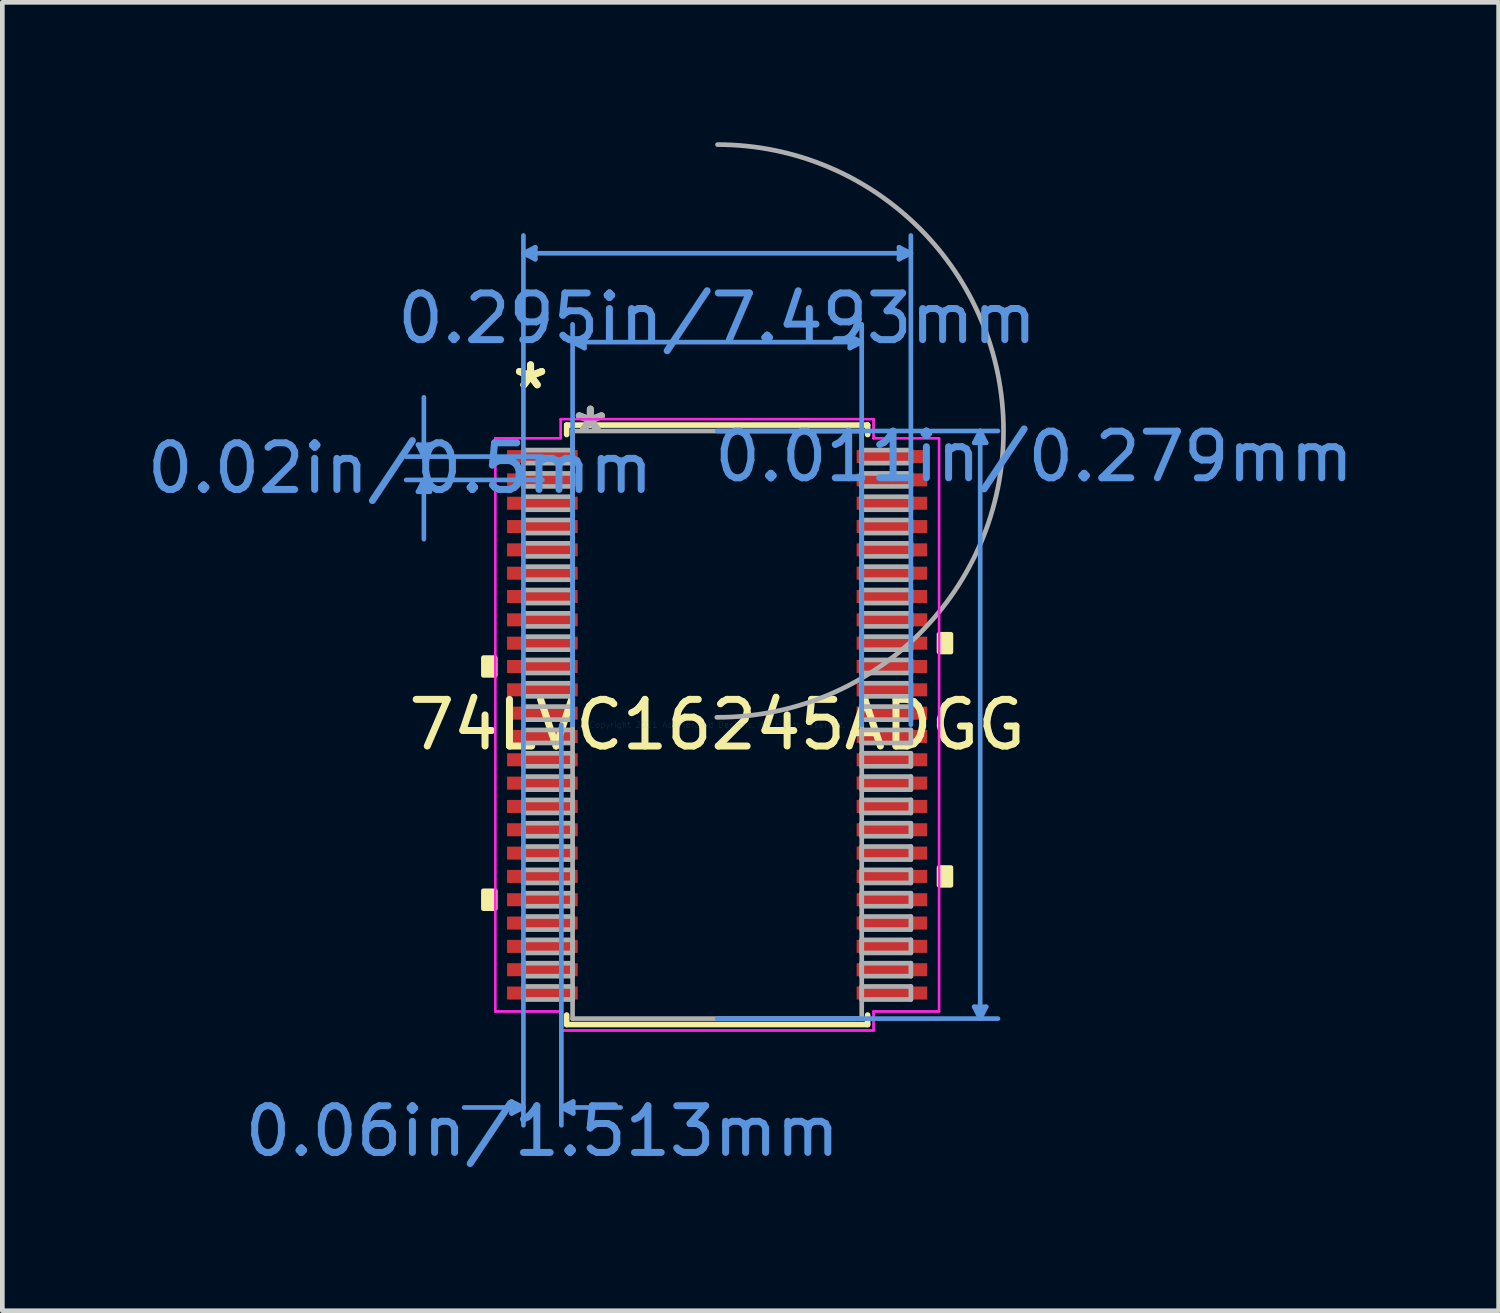
<source format=kicad_pcb>
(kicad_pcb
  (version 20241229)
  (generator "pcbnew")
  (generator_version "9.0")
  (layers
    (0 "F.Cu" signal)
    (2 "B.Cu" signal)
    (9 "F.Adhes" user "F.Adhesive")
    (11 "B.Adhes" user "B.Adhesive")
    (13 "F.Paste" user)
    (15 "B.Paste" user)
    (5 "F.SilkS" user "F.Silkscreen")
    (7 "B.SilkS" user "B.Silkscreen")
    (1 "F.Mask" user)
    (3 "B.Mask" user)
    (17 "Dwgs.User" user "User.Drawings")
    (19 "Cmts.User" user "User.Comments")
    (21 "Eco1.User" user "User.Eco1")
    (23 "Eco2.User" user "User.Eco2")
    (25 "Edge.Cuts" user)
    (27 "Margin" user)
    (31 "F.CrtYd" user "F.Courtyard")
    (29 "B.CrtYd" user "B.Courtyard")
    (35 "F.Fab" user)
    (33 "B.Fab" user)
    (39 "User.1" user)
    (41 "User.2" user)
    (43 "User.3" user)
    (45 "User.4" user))
  (footprint "74LVC16245ADGG"
    (layer "F.Cu")
    (at 12.324 12.488)
    (property "Reference" "74LVC16245ADGG" (at 0 0 0) (layer "F.SilkS") (effects (font (size 1 1) (thickness 0.15))))
    (attr through_hole)
    (fp_line (start -3.226 -6.426) (end -3.226 -6.222) (stroke (width 0.12) (type solid)) (layer "F.SilkS"))
    (fp_line (start -3.226 6.222) (end -3.226 6.426) (stroke (width 0.12) (type solid)) (layer "F.SilkS"))
    (fp_line (start -3.226 6.426) (end 3.226 6.426) (stroke (width 0.12) (type solid)) (layer "F.SilkS"))
    (fp_line (start 3.226 -6.426) (end -3.226 -6.426) (stroke (width 0.12) (type solid)) (layer "F.SilkS"))
    (fp_line (start 3.226 -6.222) (end 3.226 -6.426) (stroke (width 0.12) (type solid)) (layer "F.SilkS"))
    (fp_line (start 3.226 6.426) (end 3.226 6.222) (stroke (width 0.12) (type solid)) (layer "F.SilkS"))
    (fp_poly (pts (xy -5.011 -1.44) (xy -5.011 -1.06) (xy -4.757 -1.06) (xy -4.757 -1.44)) (stroke (width 0.1) (type solid)) (fill yes) (layer "F.SilkS"))
    (fp_poly (pts (xy -5.011 3.559) (xy -5.011 3.941) (xy -4.757 3.941) (xy -4.757 3.559)) (stroke (width 0.1) (type solid)) (fill yes) (layer "F.SilkS"))
    (fp_poly (pts (xy 5.011 -1.941) (xy 5.011 -1.56) (xy 4.757 -1.56) (xy 4.757 -1.941)) (stroke (width 0.1) (type solid)) (fill yes) (layer "F.SilkS"))
    (fp_poly (pts (xy 5.011 3.06) (xy 5.011 3.441) (xy 4.757 3.441) (xy 4.757 3.06)) (stroke (width 0.1) (type solid)) (fill yes) (layer "F.SilkS"))
    (fp_line (start -6.413 -6.004) (end -6.16 -6.004) (stroke (width 0.1) (type solid)) (layer "Cmts.User"))
    (fp_line (start -6.413 -4.996) (end -6.16 -4.996) (stroke (width 0.1) (type solid)) (layer "Cmts.User"))
    (fp_line (start -6.287 -5.75) (end -6.413 -6.004) (stroke (width 0.1) (type solid)) (layer "Cmts.User"))
    (fp_line (start -6.287 -5.75) (end -6.287 -7.02) (stroke (width 0.1) (type solid)) (layer "Cmts.User"))
    (fp_line (start -6.287 -5.75) (end -6.16 -6.004) (stroke (width 0.1) (type solid)) (layer "Cmts.User"))
    (fp_line (start -6.287 -5.25) (end -6.413 -4.996) (stroke (width 0.1) (type solid)) (layer "Cmts.User"))
    (fp_line (start -6.287 -5.25) (end -6.287 -3.98) (stroke (width 0.1) (type solid)) (layer "Cmts.User"))
    (fp_line (start -6.287 -5.25) (end -6.16 -4.996) (stroke (width 0.1) (type solid)) (layer "Cmts.User"))
    (fp_line (start -4.407 8.077) (end -4.407 8.331) (stroke (width 0.1) (type solid)) (layer "Cmts.User"))
    (fp_line (start -4.153 -10.109) (end -3.899 -10.236) (stroke (width 0.1) (type solid)) (layer "Cmts.User"))
    (fp_line (start -4.153 -10.109) (end -3.899 -9.982) (stroke (width 0.1) (type solid)) (layer "Cmts.User"))
    (fp_line (start -4.153 -10.109) (end 4.153 -10.109) (stroke (width 0.1) (type solid)) (layer "Cmts.User"))
    (fp_line (start -4.153 0) (end -4.153 -10.49) (stroke (width 0.1) (type solid)) (layer "Cmts.User"))
    (fp_line (start -4.153 0) (end -4.153 8.585) (stroke (width 0.1) (type solid)) (layer "Cmts.User"))
    (fp_line (start -4.153 8.204) (end -5.423 8.204) (stroke (width 0.1) (type solid)) (layer "Cmts.User"))
    (fp_line (start -4.153 8.204) (end -4.407 8.077) (stroke (width 0.1) (type solid)) (layer "Cmts.User"))
    (fp_line (start -4.153 8.204) (end -4.407 8.331) (stroke (width 0.1) (type solid)) (layer "Cmts.User"))
    (fp_line (start -3.899 -10.236) (end -3.899 -9.982) (stroke (width 0.1) (type solid)) (layer "Cmts.User"))
    (fp_line (start -3.747 -5.75) (end -6.668 -5.75) (stroke (width 0.1) (type solid)) (layer "Cmts.User"))
    (fp_line (start -3.747 -5.25) (end -6.668 -5.25) (stroke (width 0.1) (type solid)) (layer "Cmts.User"))
    (fp_line (start -3.34 0) (end -3.34 8.585) (stroke (width 0.1) (type solid)) (layer "Cmts.User"))
    (fp_line (start -3.34 8.204) (end -3.086 8.077) (stroke (width 0.1) (type solid)) (layer "Cmts.User"))
    (fp_line (start -3.34 8.204) (end -3.086 8.331) (stroke (width 0.1) (type solid)) (layer "Cmts.User"))
    (fp_line (start -3.34 8.204) (end -2.07 8.204) (stroke (width 0.1) (type solid)) (layer "Cmts.User"))
    (fp_line (start -3.099 -8.204) (end -2.845 -8.331) (stroke (width 0.1) (type solid)) (layer "Cmts.User"))
    (fp_line (start -3.099 -8.204) (end -2.845 -8.077) (stroke (width 0.1) (type solid)) (layer "Cmts.User"))
    (fp_line (start -3.099 -8.204) (end 3.099 -8.204) (stroke (width 0.1) (type solid)) (layer "Cmts.User"))
    (fp_line (start -3.099 0) (end -3.099 -8.585) (stroke (width 0.1) (type solid)) (layer "Cmts.User"))
    (fp_line (start -3.086 8.077) (end -3.086 8.331) (stroke (width 0.1) (type solid)) (layer "Cmts.User"))
    (fp_line (start -2.845 -8.331) (end -2.845 -8.077) (stroke (width 0.1) (type solid)) (layer "Cmts.User"))
    (fp_line (start 0 -6.299) (end 6.02 -6.299) (stroke (width 0.1) (type solid)) (layer "Cmts.User"))
    (fp_line (start 0 6.299) (end 6.02 6.299) (stroke (width 0.1) (type solid)) (layer "Cmts.User"))
    (fp_line (start 2.845 -8.331) (end 2.845 -8.077) (stroke (width 0.1) (type solid)) (layer "Cmts.User"))
    (fp_line (start 3.099 -8.204) (end 2.845 -8.331) (stroke (width 0.1) (type solid)) (layer "Cmts.User"))
    (fp_line (start 3.099 -8.204) (end 2.845 -8.077) (stroke (width 0.1) (type solid)) (layer "Cmts.User"))
    (fp_line (start 3.099 0) (end 3.099 -8.585) (stroke (width 0.1) (type solid)) (layer "Cmts.User"))
    (fp_line (start 3.899 -10.236) (end 3.899 -9.982) (stroke (width 0.1) (type solid)) (layer "Cmts.User"))
    (fp_line (start 4.153 -10.109) (end 3.899 -10.236) (stroke (width 0.1) (type solid)) (layer "Cmts.User"))
    (fp_line (start 4.153 -10.109) (end 3.899 -9.982) (stroke (width 0.1) (type solid)) (layer "Cmts.User"))
    (fp_line (start 4.153 0) (end 4.153 -10.49) (stroke (width 0.1) (type solid)) (layer "Cmts.User"))
    (fp_line (start 5.512 -6.045) (end 5.766 -6.045) (stroke (width 0.1) (type solid)) (layer "Cmts.User"))
    (fp_line (start 5.512 6.045) (end 5.766 6.045) (stroke (width 0.1) (type solid)) (layer "Cmts.User"))
    (fp_line (start 5.639 -6.299) (end 5.512 -6.045) (stroke (width 0.1) (type solid)) (layer "Cmts.User"))
    (fp_line (start 5.639 -6.299) (end 5.639 6.299) (stroke (width 0.1) (type solid)) (layer "Cmts.User"))
    (fp_line (start 5.639 -6.299) (end 5.766 -6.045) (stroke (width 0.1) (type solid)) (layer "Cmts.User"))
    (fp_line (start 5.639 6.299) (end 5.512 6.045) (stroke (width 0.1) (type solid)) (layer "Cmts.User"))
    (fp_line (start 5.639 6.299) (end 5.766 6.045) (stroke (width 0.1) (type solid)) (layer "Cmts.User"))
    (fp_line (start -4.757 -6.144) (end -3.353 -6.144) (stroke (width 0.05) (type solid)) (layer "F.CrtYd"))
    (fp_line (start -4.757 -6.144) (end -3.353 -6.144) (stroke (width 0.05) (type solid)) (layer "F.CrtYd"))
    (fp_line (start -4.757 6.144) (end -4.757 -6.144) (stroke (width 0.05) (type solid)) (layer "F.CrtYd"))
    (fp_line (start -4.757 6.144) (end -4.757 -6.144) (stroke (width 0.05) (type solid)) (layer "F.CrtYd"))
    (fp_line (start -4.757 6.144) (end -3.353 6.144) (stroke (width 0.05) (type solid)) (layer "F.CrtYd"))
    (fp_line (start -3.353 -6.553) (end 3.353 -6.553) (stroke (width 0.05) (type solid)) (layer "F.CrtYd"))
    (fp_line (start -3.353 -6.553) (end 3.353 -6.553) (stroke (width 0.05) (type solid)) (layer "F.CrtYd"))
    (fp_line (start -3.353 -6.144) (end -3.353 -6.553) (stroke (width 0.05) (type solid)) (layer "F.CrtYd"))
    (fp_line (start -3.353 -6.144) (end -3.353 -6.553) (stroke (width 0.05) (type solid)) (layer "F.CrtYd"))
    (fp_line (start -3.353 6.144) (end -4.757 6.144) (stroke (width 0.05) (type solid)) (layer "F.CrtYd"))
    (fp_line (start -3.353 6.553) (end -3.353 6.144) (stroke (width 0.05) (type solid)) (layer "F.CrtYd"))
    (fp_line (start -3.353 6.553) (end -3.353 6.144) (stroke (width 0.05) (type solid)) (layer "F.CrtYd"))
    (fp_line (start 3.353 -6.553) (end 3.353 -6.144) (stroke (width 0.05) (type solid)) (layer "F.CrtYd"))
    (fp_line (start 3.353 -6.553) (end 3.353 -6.144) (stroke (width 0.05) (type solid)) (layer "F.CrtYd"))
    (fp_line (start 3.353 -6.144) (end 4.757 -6.144) (stroke (width 0.05) (type solid)) (layer "F.CrtYd"))
    (fp_line (start 3.353 6.144) (end 3.353 6.553) (stroke (width 0.05) (type solid)) (layer "F.CrtYd"))
    (fp_line (start 3.353 6.144) (end 3.353 6.553) (stroke (width 0.05) (type solid)) (layer "F.CrtYd"))
    (fp_line (start 3.353 6.553) (end -3.353 6.553) (stroke (width 0.05) (type solid)) (layer "F.CrtYd"))
    (fp_line (start 3.353 6.553) (end -3.353 6.553) (stroke (width 0.05) (type solid)) (layer "F.CrtYd"))
    (fp_line (start 4.757 -6.144) (end 3.353 -6.144) (stroke (width 0.05) (type solid)) (layer "F.CrtYd"))
    (fp_line (start 4.757 -6.144) (end 4.757 6.144) (stroke (width 0.05) (type solid)) (layer "F.CrtYd"))
    (fp_line (start 4.757 -6.144) (end 4.757 6.144) (stroke (width 0.05) (type solid)) (layer "F.CrtYd"))
    (fp_line (start 4.757 6.144) (end 3.353 6.144) (stroke (width 0.05) (type solid)) (layer "F.CrtYd"))
    (fp_line (start 4.757 6.144) (end 3.353 6.144) (stroke (width 0.05) (type solid)) (layer "F.CrtYd"))
    (fp_line (start -4.153 -5.89) (end -4.153 -5.61) (stroke (width 0.1) (type solid)) (layer "F.Fab"))
    (fp_line (start -4.153 -5.61) (end -3.099 -5.61) (stroke (width 0.1) (type solid)) (layer "F.Fab"))
    (fp_line (start -4.153 -5.39) (end -4.153 -5.11) (stroke (width 0.1) (type solid)) (layer "F.Fab"))
    (fp_line (start -4.153 -5.11) (end -3.099 -5.11) (stroke (width 0.1) (type solid)) (layer "F.Fab"))
    (fp_line (start -4.153 -4.89) (end -4.153 -4.61) (stroke (width 0.1) (type solid)) (layer "F.Fab"))
    (fp_line (start -4.153 -4.61) (end -3.099 -4.61) (stroke (width 0.1) (type solid)) (layer "F.Fab"))
    (fp_line (start -4.153 -4.39) (end -4.153 -4.11) (stroke (width 0.1) (type solid)) (layer "F.Fab"))
    (fp_line (start -4.153 -4.11) (end -3.099 -4.11) (stroke (width 0.1) (type solid)) (layer "F.Fab"))
    (fp_line (start -4.153 -3.89) (end -4.153 -3.61) (stroke (width 0.1) (type solid)) (layer "F.Fab"))
    (fp_line (start -4.153 -3.61) (end -3.099 -3.61) (stroke (width 0.1) (type solid)) (layer "F.Fab"))
    (fp_line (start -4.153 -3.39) (end -4.153 -3.11) (stroke (width 0.1) (type solid)) (layer "F.Fab"))
    (fp_line (start -4.153 -3.11) (end -3.099 -3.11) (stroke (width 0.1) (type solid)) (layer "F.Fab"))
    (fp_line (start -4.153 -2.89) (end -4.153 -2.61) (stroke (width 0.1) (type solid)) (layer "F.Fab"))
    (fp_line (start -4.153 -2.61) (end -3.099 -2.61) (stroke (width 0.1) (type solid)) (layer "F.Fab"))
    (fp_line (start -4.153 -2.39) (end -4.153 -2.11) (stroke (width 0.1) (type solid)) (layer "F.Fab"))
    (fp_line (start -4.153 -2.11) (end -3.099 -2.11) (stroke (width 0.1) (type solid)) (layer "F.Fab"))
    (fp_line (start -4.153 -1.89) (end -4.153 -1.61) (stroke (width 0.1) (type solid)) (layer "F.Fab"))
    (fp_line (start -4.153 -1.61) (end -3.099 -1.61) (stroke (width 0.1) (type solid)) (layer "F.Fab"))
    (fp_line (start -4.153 -1.39) (end -4.153 -1.11) (stroke (width 0.1) (type solid)) (layer "F.Fab"))
    (fp_line (start -4.153 -1.11) (end -3.099 -1.11) (stroke (width 0.1) (type solid)) (layer "F.Fab"))
    (fp_line (start -4.153 -0.89) (end -4.153 -0.61) (stroke (width 0.1) (type solid)) (layer "F.Fab"))
    (fp_line (start -4.153 -0.61) (end -3.099 -0.61) (stroke (width 0.1) (type solid)) (layer "F.Fab"))
    (fp_line (start -4.153 -0.39) (end -4.153 -0.11) (stroke (width 0.1) (type solid)) (layer "F.Fab"))
    (fp_line (start -4.153 -0.11) (end -3.099 -0.11) (stroke (width 0.1) (type solid)) (layer "F.Fab"))
    (fp_line (start -4.153 0.11) (end -4.153 0.39) (stroke (width 0.1) (type solid)) (layer "F.Fab"))
    (fp_line (start -4.153 0.39) (end -3.099 0.39) (stroke (width 0.1) (type solid)) (layer "F.Fab"))
    (fp_line (start -4.153 0.61) (end -4.153 0.89) (stroke (width 0.1) (type solid)) (layer "F.Fab"))
    (fp_line (start -4.153 0.89) (end -3.099 0.89) (stroke (width 0.1) (type solid)) (layer "F.Fab"))
    (fp_line (start -4.153 1.11) (end -4.153 1.39) (stroke (width 0.1) (type solid)) (layer "F.Fab"))
    (fp_line (start -4.153 1.39) (end -3.099 1.39) (stroke (width 0.1) (type solid)) (layer "F.Fab"))
    (fp_line (start -4.153 1.61) (end -4.153 1.89) (stroke (width 0.1) (type solid)) (layer "F.Fab"))
    (fp_line (start -4.153 1.89) (end -3.099 1.89) (stroke (width 0.1) (type solid)) (layer "F.Fab"))
    (fp_line (start -4.153 2.11) (end -4.153 2.39) (stroke (width 0.1) (type solid)) (layer "F.Fab"))
    (fp_line (start -4.153 2.39) (end -3.099 2.39) (stroke (width 0.1) (type solid)) (layer "F.Fab"))
    (fp_line (start -4.153 2.61) (end -4.153 2.89) (stroke (width 0.1) (type solid)) (layer "F.Fab"))
    (fp_line (start -4.153 2.89) (end -3.099 2.89) (stroke (width 0.1) (type solid)) (layer "F.Fab"))
    (fp_line (start -4.153 3.11) (end -4.153 3.39) (stroke (width 0.1) (type solid)) (layer "F.Fab"))
    (fp_line (start -4.153 3.39) (end -3.099 3.39) (stroke (width 0.1) (type solid)) (layer "F.Fab"))
    (fp_line (start -4.153 3.61) (end -4.153 3.89) (stroke (width 0.1) (type solid)) (layer "F.Fab"))
    (fp_line (start -4.153 3.89) (end -3.099 3.89) (stroke (width 0.1) (type solid)) (layer "F.Fab"))
    (fp_line (start -4.153 4.11) (end -4.153 4.39) (stroke (width 0.1) (type solid)) (layer "F.Fab"))
    (fp_line (start -4.153 4.39) (end -3.099 4.39) (stroke (width 0.1) (type solid)) (layer "F.Fab"))
    (fp_line (start -4.153 4.61) (end -4.153 4.89) (stroke (width 0.1) (type solid)) (layer "F.Fab"))
    (fp_line (start -4.153 4.89) (end -3.099 4.89) (stroke (width 0.1) (type solid)) (layer "F.Fab"))
    (fp_line (start -4.153 5.11) (end -4.153 5.39) (stroke (width 0.1) (type solid)) (layer "F.Fab"))
    (fp_line (start -4.153 5.39) (end -3.099 5.39) (stroke (width 0.1) (type solid)) (layer "F.Fab"))
    (fp_line (start -4.153 5.61) (end -4.153 5.89) (stroke (width 0.1) (type solid)) (layer "F.Fab"))
    (fp_line (start -4.153 5.89) (end -3.099 5.89) (stroke (width 0.1) (type solid)) (layer "F.Fab"))
    (fp_line (start -3.099 -6.299) (end -3.099 6.299) (stroke (width 0.1) (type solid)) (layer "F.Fab"))
    (fp_line (start -3.099 -5.89) (end -4.153 -5.89) (stroke (width 0.1) (type solid)) (layer "F.Fab"))
    (fp_line (start -3.099 -5.61) (end -3.099 -5.89) (stroke (width 0.1) (type solid)) (layer "F.Fab"))
    (fp_line (start -3.099 -5.39) (end -4.153 -5.39) (stroke (width 0.1) (type solid)) (layer "F.Fab"))
    (fp_line (start -3.099 -5.11) (end -3.099 -5.39) (stroke (width 0.1) (type solid)) (layer "F.Fab"))
    (fp_line (start -3.099 -4.89) (end -4.153 -4.89) (stroke (width 0.1) (type solid)) (layer "F.Fab"))
    (fp_line (start -3.099 -4.61) (end -3.099 -4.89) (stroke (width 0.1) (type solid)) (layer "F.Fab"))
    (fp_line (start -3.099 -4.39) (end -4.153 -4.39) (stroke (width 0.1) (type solid)) (layer "F.Fab"))
    (fp_line (start -3.099 -4.11) (end -3.099 -4.39) (stroke (width 0.1) (type solid)) (layer "F.Fab"))
    (fp_line (start -3.099 -3.89) (end -4.153 -3.89) (stroke (width 0.1) (type solid)) (layer "F.Fab"))
    (fp_line (start -3.099 -3.61) (end -3.099 -3.89) (stroke (width 0.1) (type solid)) (layer "F.Fab"))
    (fp_line (start -3.099 -3.39) (end -4.153 -3.39) (stroke (width 0.1) (type solid)) (layer "F.Fab"))
    (fp_line (start -3.099 -3.11) (end -3.099 -3.39) (stroke (width 0.1) (type solid)) (layer "F.Fab"))
    (fp_line (start -3.099 -2.89) (end -4.153 -2.89) (stroke (width 0.1) (type solid)) (layer "F.Fab"))
    (fp_line (start -3.099 -2.61) (end -3.099 -2.89) (stroke (width 0.1) (type solid)) (layer "F.Fab"))
    (fp_line (start -3.099 -2.39) (end -4.153 -2.39) (stroke (width 0.1) (type solid)) (layer "F.Fab"))
    (fp_line (start -3.099 -2.11) (end -3.099 -2.39) (stroke (width 0.1) (type solid)) (layer "F.Fab"))
    (fp_line (start -3.099 -1.89) (end -4.153 -1.89) (stroke (width 0.1) (type solid)) (layer "F.Fab"))
    (fp_line (start -3.099 -1.61) (end -3.099 -1.89) (stroke (width 0.1) (type solid)) (layer "F.Fab"))
    (fp_line (start -3.099 -1.39) (end -4.153 -1.39) (stroke (width 0.1) (type solid)) (layer "F.Fab"))
    (fp_line (start -3.099 -1.11) (end -3.099 -1.39) (stroke (width 0.1) (type solid)) (layer "F.Fab"))
    (fp_line (start -3.099 -0.89) (end -4.153 -0.89) (stroke (width 0.1) (type solid)) (layer "F.Fab"))
    (fp_line (start -3.099 -0.61) (end -3.099 -0.89) (stroke (width 0.1) (type solid)) (layer "F.Fab"))
    (fp_line (start -3.099 -0.39) (end -4.153 -0.39) (stroke (width 0.1) (type solid)) (layer "F.Fab"))
    (fp_line (start -3.099 -0.11) (end -3.099 -0.39) (stroke (width 0.1) (type solid)) (layer "F.Fab"))
    (fp_line (start -3.099 0.11) (end -4.153 0.11) (stroke (width 0.1) (type solid)) (layer "F.Fab"))
    (fp_line (start -3.099 0.39) (end -3.099 0.11) (stroke (width 0.1) (type solid)) (layer "F.Fab"))
    (fp_line (start -3.099 0.61) (end -4.153 0.61) (stroke (width 0.1) (type solid)) (layer "F.Fab"))
    (fp_line (start -3.099 0.89) (end -3.099 0.61) (stroke (width 0.1) (type solid)) (layer "F.Fab"))
    (fp_line (start -3.099 1.11) (end -4.153 1.11) (stroke (width 0.1) (type solid)) (layer "F.Fab"))
    (fp_line (start -3.099 1.39) (end -3.099 1.11) (stroke (width 0.1) (type solid)) (layer "F.Fab"))
    (fp_line (start -3.099 1.61) (end -4.153 1.61) (stroke (width 0.1) (type solid)) (layer "F.Fab"))
    (fp_line (start -3.099 1.89) (end -3.099 1.61) (stroke (width 0.1) (type solid)) (layer "F.Fab"))
    (fp_line (start -3.099 2.11) (end -4.153 2.11) (stroke (width 0.1) (type solid)) (layer "F.Fab"))
    (fp_line (start -3.099 2.39) (end -3.099 2.11) (stroke (width 0.1) (type solid)) (layer "F.Fab"))
    (fp_line (start -3.099 2.61) (end -4.153 2.61) (stroke (width 0.1) (type solid)) (layer "F.Fab"))
    (fp_line (start -3.099 2.89) (end -3.099 2.61) (stroke (width 0.1) (type solid)) (layer "F.Fab"))
    (fp_line (start -3.099 3.11) (end -4.153 3.11) (stroke (width 0.1) (type solid)) (layer "F.Fab"))
    (fp_line (start -3.099 3.39) (end -3.099 3.11) (stroke (width 0.1) (type solid)) (layer "F.Fab"))
    (fp_line (start -3.099 3.61) (end -4.153 3.61) (stroke (width 0.1) (type solid)) (layer "F.Fab"))
    (fp_line (start -3.099 3.89) (end -3.099 3.61) (stroke (width 0.1) (type solid)) (layer "F.Fab"))
    (fp_line (start -3.099 4.11) (end -4.153 4.11) (stroke (width 0.1) (type solid)) (layer "F.Fab"))
    (fp_line (start -3.099 4.39) (end -3.099 4.11) (stroke (width 0.1) (type solid)) (layer "F.Fab"))
    (fp_line (start -3.099 4.61) (end -4.153 4.61) (stroke (width 0.1) (type solid)) (layer "F.Fab"))
    (fp_line (start -3.099 4.89) (end -3.099 4.61) (stroke (width 0.1) (type solid)) (layer "F.Fab"))
    (fp_line (start -3.099 5.11) (end -4.153 5.11) (stroke (width 0.1) (type solid)) (layer "F.Fab"))
    (fp_line (start -3.099 5.39) (end -3.099 5.11) (stroke (width 0.1) (type solid)) (layer "F.Fab"))
    (fp_line (start -3.099 5.61) (end -4.153 5.61) (stroke (width 0.1) (type solid)) (layer "F.Fab"))
    (fp_line (start -3.099 5.89) (end -3.099 5.61) (stroke (width 0.1) (type solid)) (layer "F.Fab"))
    (fp_line (start -3.099 6.299) (end 3.099 6.299) (stroke (width 0.1) (type solid)) (layer "F.Fab"))
    (fp_line (start 3.099 -6.299) (end -3.099 -6.299) (stroke (width 0.1) (type solid)) (layer "F.Fab"))
    (fp_line (start 3.099 -5.89) (end 3.099 -5.61) (stroke (width 0.1) (type solid)) (layer "F.Fab"))
    (fp_line (start 3.099 -5.61) (end 4.153 -5.61) (stroke (width 0.1) (type solid)) (layer "F.Fab"))
    (fp_line (start 3.099 -5.39) (end 3.099 -5.11) (stroke (width 0.1) (type solid)) (layer "F.Fab"))
    (fp_line (start 3.099 -5.11) (end 4.153 -5.11) (stroke (width 0.1) (type solid)) (layer "F.Fab"))
    (fp_line (start 3.099 -4.89) (end 3.099 -4.61) (stroke (width 0.1) (type solid)) (layer "F.Fab"))
    (fp_line (start 3.099 -4.61) (end 4.153 -4.61) (stroke (width 0.1) (type solid)) (layer "F.Fab"))
    (fp_line (start 3.099 -4.39) (end 3.099 -4.11) (stroke (width 0.1) (type solid)) (layer "F.Fab"))
    (fp_line (start 3.099 -4.11) (end 4.153 -4.11) (stroke (width 0.1) (type solid)) (layer "F.Fab"))
    (fp_line (start 3.099 -3.89) (end 3.099 -3.61) (stroke (width 0.1) (type solid)) (layer "F.Fab"))
    (fp_line (start 3.099 -3.61) (end 4.153 -3.61) (stroke (width 0.1) (type solid)) (layer "F.Fab"))
    (fp_line (start 3.099 -3.39) (end 3.099 -3.11) (stroke (width 0.1) (type solid)) (layer "F.Fab"))
    (fp_line (start 3.099 -3.11) (end 4.153 -3.11) (stroke (width 0.1) (type solid)) (layer "F.Fab"))
    (fp_line (start 3.099 -2.89) (end 3.099 -2.61) (stroke (width 0.1) (type solid)) (layer "F.Fab"))
    (fp_line (start 3.099 -2.61) (end 4.153 -2.61) (stroke (width 0.1) (type solid)) (layer "F.Fab"))
    (fp_line (start 3.099 -2.39) (end 3.099 -2.11) (stroke (width 0.1) (type solid)) (layer "F.Fab"))
    (fp_line (start 3.099 -2.11) (end 4.153 -2.11) (stroke (width 0.1) (type solid)) (layer "F.Fab"))
    (fp_line (start 3.099 -1.89) (end 3.099 -1.61) (stroke (width 0.1) (type solid)) (layer "F.Fab"))
    (fp_line (start 3.099 -1.61) (end 4.153 -1.61) (stroke (width 0.1) (type solid)) (layer "F.Fab"))
    (fp_line (start 3.099 -1.39) (end 3.099 -1.11) (stroke (width 0.1) (type solid)) (layer "F.Fab"))
    (fp_line (start 3.099 -1.11) (end 4.153 -1.11) (stroke (width 0.1) (type solid)) (layer "F.Fab"))
    (fp_line (start 3.099 -0.89) (end 3.099 -0.61) (stroke (width 0.1) (type solid)) (layer "F.Fab"))
    (fp_line (start 3.099 -0.61) (end 4.153 -0.61) (stroke (width 0.1) (type solid)) (layer "F.Fab"))
    (fp_line (start 3.099 -0.39) (end 3.099 -0.11) (stroke (width 0.1) (type solid)) (layer "F.Fab"))
    (fp_line (start 3.099 -0.11) (end 4.153 -0.11) (stroke (width 0.1) (type solid)) (layer "F.Fab"))
    (fp_line (start 3.099 0.11) (end 3.099 0.39) (stroke (width 0.1) (type solid)) (layer "F.Fab"))
    (fp_line (start 3.099 0.39) (end 4.153 0.39) (stroke (width 0.1) (type solid)) (layer "F.Fab"))
    (fp_line (start 3.099 0.61) (end 3.099 0.89) (stroke (width 0.1) (type solid)) (layer "F.Fab"))
    (fp_line (start 3.099 0.89) (end 4.153 0.89) (stroke (width 0.1) (type solid)) (layer "F.Fab"))
    (fp_line (start 3.099 1.11) (end 3.099 1.39) (stroke (width 0.1) (type solid)) (layer "F.Fab"))
    (fp_line (start 3.099 1.39) (end 4.153 1.39) (stroke (width 0.1) (type solid)) (layer "F.Fab"))
    (fp_line (start 3.099 1.61) (end 3.099 1.89) (stroke (width 0.1) (type solid)) (layer "F.Fab"))
    (fp_line (start 3.099 1.89) (end 4.153 1.89) (stroke (width 0.1) (type solid)) (layer "F.Fab"))
    (fp_line (start 3.099 2.11) (end 3.099 2.39) (stroke (width 0.1) (type solid)) (layer "F.Fab"))
    (fp_line (start 3.099 2.39) (end 4.153 2.39) (stroke (width 0.1) (type solid)) (layer "F.Fab"))
    (fp_line (start 3.099 2.61) (end 3.099 2.89) (stroke (width 0.1) (type solid)) (layer "F.Fab"))
    (fp_line (start 3.099 2.89) (end 4.153 2.89) (stroke (width 0.1) (type solid)) (layer "F.Fab"))
    (fp_line (start 3.099 3.11) (end 3.099 3.39) (stroke (width 0.1) (type solid)) (layer "F.Fab"))
    (fp_line (start 3.099 3.39) (end 4.153 3.39) (stroke (width 0.1) (type solid)) (layer "F.Fab"))
    (fp_line (start 3.099 3.61) (end 3.099 3.89) (stroke (width 0.1) (type solid)) (layer "F.Fab"))
    (fp_line (start 3.099 3.89) (end 4.153 3.89) (stroke (width 0.1) (type solid)) (layer "F.Fab"))
    (fp_line (start 3.099 4.11) (end 3.099 4.39) (stroke (width 0.1) (type solid)) (layer "F.Fab"))
    (fp_line (start 3.099 4.39) (end 4.153 4.39) (stroke (width 0.1) (type solid)) (layer "F.Fab"))
    (fp_line (start 3.099 4.61) (end 3.099 4.89) (stroke (width 0.1) (type solid)) (layer "F.Fab"))
    (fp_line (start 3.099 4.89) (end 4.153 4.89) (stroke (width 0.1) (type solid)) (layer "F.Fab"))
    (fp_line (start 3.099 5.11) (end 3.099 5.39) (stroke (width 0.1) (type solid)) (layer "F.Fab"))
    (fp_line (start 3.099 5.39) (end 4.153 5.39) (stroke (width 0.1) (type solid)) (layer "F.Fab"))
    (fp_line (start 3.099 5.61) (end 3.099 5.89) (stroke (width 0.1) (type solid)) (layer "F.Fab"))
    (fp_line (start 3.099 5.89) (end 4.153 5.89) (stroke (width 0.1) (type solid)) (layer "F.Fab"))
    (fp_line (start 3.099 6.299) (end 3.099 -6.299) (stroke (width 0.1) (type solid)) (layer "F.Fab"))
    (fp_line (start 4.153 -5.89) (end 3.099 -5.89) (stroke (width 0.1) (type solid)) (layer "F.Fab"))
    (fp_line (start 4.153 -5.61) (end 4.153 -5.89) (stroke (width 0.1) (type solid)) (layer "F.Fab"))
    (fp_line (start 4.153 -5.39) (end 3.099 -5.39) (stroke (width 0.1) (type solid)) (layer "F.Fab"))
    (fp_line (start 4.153 -5.11) (end 4.153 -5.39) (stroke (width 0.1) (type solid)) (layer "F.Fab"))
    (fp_line (start 4.153 -4.89) (end 3.099 -4.89) (stroke (width 0.1) (type solid)) (layer "F.Fab"))
    (fp_line (start 4.153 -4.61) (end 4.153 -4.89) (stroke (width 0.1) (type solid)) (layer "F.Fab"))
    (fp_line (start 4.153 -4.39) (end 3.099 -4.39) (stroke (width 0.1) (type solid)) (layer "F.Fab"))
    (fp_line (start 4.153 -4.11) (end 4.153 -4.39) (stroke (width 0.1) (type solid)) (layer "F.Fab"))
    (fp_line (start 4.153 -3.89) (end 3.099 -3.89) (stroke (width 0.1) (type solid)) (layer "F.Fab"))
    (fp_line (start 4.153 -3.61) (end 4.153 -3.89) (stroke (width 0.1) (type solid)) (layer "F.Fab"))
    (fp_line (start 4.153 -3.39) (end 3.099 -3.39) (stroke (width 0.1) (type solid)) (layer "F.Fab"))
    (fp_line (start 4.153 -3.11) (end 4.153 -3.39) (stroke (width 0.1) (type solid)) (layer "F.Fab"))
    (fp_line (start 4.153 -2.89) (end 3.099 -2.89) (stroke (width 0.1) (type solid)) (layer "F.Fab"))
    (fp_line (start 4.153 -2.61) (end 4.153 -2.89) (stroke (width 0.1) (type solid)) (layer "F.Fab"))
    (fp_line (start 4.153 -2.39) (end 3.099 -2.39) (stroke (width 0.1) (type solid)) (layer "F.Fab"))
    (fp_line (start 4.153 -2.11) (end 4.153 -2.39) (stroke (width 0.1) (type solid)) (layer "F.Fab"))
    (fp_line (start 4.153 -1.89) (end 3.099 -1.89) (stroke (width 0.1) (type solid)) (layer "F.Fab"))
    (fp_line (start 4.153 -1.61) (end 4.153 -1.89) (stroke (width 0.1) (type solid)) (layer "F.Fab"))
    (fp_line (start 4.153 -1.39) (end 3.099 -1.39) (stroke (width 0.1) (type solid)) (layer "F.Fab"))
    (fp_line (start 4.153 -1.11) (end 4.153 -1.39) (stroke (width 0.1) (type solid)) (layer "F.Fab"))
    (fp_line (start 4.153 -0.89) (end 3.099 -0.89) (stroke (width 0.1) (type solid)) (layer "F.Fab"))
    (fp_line (start 4.153 -0.61) (end 4.153 -0.89) (stroke (width 0.1) (type solid)) (layer "F.Fab"))
    (fp_line (start 4.153 -0.39) (end 3.099 -0.39) (stroke (width 0.1) (type solid)) (layer "F.Fab"))
    (fp_line (start 4.153 -0.11) (end 4.153 -0.39) (stroke (width 0.1) (type solid)) (layer "F.Fab"))
    (fp_line (start 4.153 0.11) (end 3.099 0.11) (stroke (width 0.1) (type solid)) (layer "F.Fab"))
    (fp_line (start 4.153 0.39) (end 4.153 0.11) (stroke (width 0.1) (type solid)) (layer "F.Fab"))
    (fp_line (start 4.153 0.61) (end 3.099 0.61) (stroke (width 0.1) (type solid)) (layer "F.Fab"))
    (fp_line (start 4.153 0.89) (end 4.153 0.61) (stroke (width 0.1) (type solid)) (layer "F.Fab"))
    (fp_line (start 4.153 1.11) (end 3.099 1.11) (stroke (width 0.1) (type solid)) (layer "F.Fab"))
    (fp_line (start 4.153 1.39) (end 4.153 1.11) (stroke (width 0.1) (type solid)) (layer "F.Fab"))
    (fp_line (start 4.153 1.61) (end 3.099 1.61) (stroke (width 0.1) (type solid)) (layer "F.Fab"))
    (fp_line (start 4.153 1.89) (end 4.153 1.61) (stroke (width 0.1) (type solid)) (layer "F.Fab"))
    (fp_line (start 4.153 2.11) (end 3.099 2.11) (stroke (width 0.1) (type solid)) (layer "F.Fab"))
    (fp_line (start 4.153 2.39) (end 4.153 2.11) (stroke (width 0.1) (type solid)) (layer "F.Fab"))
    (fp_line (start 4.153 2.61) (end 3.099 2.61) (stroke (width 0.1) (type solid)) (layer "F.Fab"))
    (fp_line (start 4.153 2.89) (end 4.153 2.61) (stroke (width 0.1) (type solid)) (layer "F.Fab"))
    (fp_line (start 4.153 3.11) (end 3.099 3.11) (stroke (width 0.1) (type solid)) (layer "F.Fab"))
    (fp_line (start 4.153 3.39) (end 4.153 3.11) (stroke (width 0.1) (type solid)) (layer "F.Fab"))
    (fp_line (start 4.153 3.61) (end 3.099 3.61) (stroke (width 0.1) (type solid)) (layer "F.Fab"))
    (fp_line (start 4.153 3.89) (end 4.153 3.61) (stroke (width 0.1) (type solid)) (layer "F.Fab"))
    (fp_line (start 4.153 4.11) (end 3.099 4.11) (stroke (width 0.1) (type solid)) (layer "F.Fab"))
    (fp_line (start 4.153 4.39) (end 4.153 4.11) (stroke (width 0.1) (type solid)) (layer "F.Fab"))
    (fp_line (start 4.153 4.61) (end 3.099 4.61) (stroke (width 0.1) (type solid)) (layer "F.Fab"))
    (fp_line (start 4.153 4.89) (end 4.153 4.61) (stroke (width 0.1) (type solid)) (layer "F.Fab"))
    (fp_line (start 4.153 5.11) (end 3.099 5.11) (stroke (width 0.1) (type solid)) (layer "F.Fab"))
    (fp_line (start 4.153 5.39) (end 4.153 5.11) (stroke (width 0.1) (type solid)) (layer "F.Fab"))
    (fp_line (start 4.153 5.61) (end 3.099 5.61) (stroke (width 0.1) (type solid)) (layer "F.Fab"))
    (fp_line (start 4.153 5.89) (end 4.153 5.61) (stroke (width 0.1) (type solid)) (layer "F.Fab"))
    (fp_arc (start 0.007742 -12.4384) (mid 6.1392 -6.291458) (end -0.007742 -0.16) (stroke (width 0.1) (type solid)) (layer "F.Fab"))
    (fp_text user "*" (at -4 -7.172 0) (layer "F.SilkS") (effects (font (size 1 1) (thickness 0.15))))
    (fp_text user "*" (at -4 -7.172 0) (layer "F.SilkS") (effects (font (size 1 1) (thickness 0.15))))
    (fp_text user "0.06in/1.513mm" (at -3.747 8.712 0) (layer "Cmts.User") (effects (font (size 1 1) (thickness 0.15))))
    (fp_text user "Copyright 2021 Accelerated Designs. All rights reserved." (at 0 0 0) (layer "Cmts.User") (effects (font (size 0.127 0.127) (thickness 0.002))))
    (fp_text user "0.295in/7.493mm" (at 0 -8.712 0) (layer "Cmts.User") (effects (font (size 1 1) (thickness 0.15))))
    (fp_text user "0.02in/0.5mm" (at -6.795 -5.5 0) (layer "Cmts.User") (effects (font (size 1 1) (thickness 0.15))))
    (fp_text user "0.011in/0.279mm" (at 6.795 -5.75 0) (layer "Cmts.User") (effects (font (size 1 1) (thickness 0.15))))
    (fp_text user "*" (at -2.718 -6.223 0) (layer "F.Fab") (effects (font (size 1 1) (thickness 0.15))))
    (fp_text user "*" (at -2.718 -6.223 0) (layer "F.Fab") (effects (font (size 1 1) (thickness 0.15))))
    (pad "1" smd rect (at -3.747 -5.75) (size 1.513 0.279) (layers "F.Cu" "F.Mask" "F.Paste"))
    (pad "2" smd rect (at -3.747 -5.25) (size 1.513 0.279) (layers "F.Cu" "F.Mask" "F.Paste"))
    (pad "3" smd rect (at -3.747 -4.75) (size 1.513 0.279) (layers "F.Cu" "F.Mask" "F.Paste"))
    (pad "4" smd rect (at -3.747 -4.25) (size 1.513 0.279) (layers "F.Cu" "F.Mask" "F.Paste"))
    (pad "5" smd rect (at -3.747 -3.75) (size 1.513 0.279) (layers "F.Cu" "F.Mask" "F.Paste"))
    (pad "6" smd rect (at -3.747 -3.25) (size 1.513 0.279) (layers "F.Cu" "F.Mask" "F.Paste"))
    (pad "7" smd rect (at -3.747 -2.75) (size 1.513 0.279) (layers "F.Cu" "F.Mask" "F.Paste"))
    (pad "8" smd rect (at -3.747 -2.25) (size 1.513 0.279) (layers "F.Cu" "F.Mask" "F.Paste"))
    (pad "9" smd rect (at -3.747 -1.75) (size 1.513 0.279) (layers "F.Cu" "F.Mask" "F.Paste"))
    (pad "10" smd rect (at -3.747 -1.25) (size 1.513 0.279) (layers "F.Cu" "F.Mask" "F.Paste"))
    (pad "11" smd rect (at -3.747 -0.75) (size 1.513 0.279) (layers "F.Cu" "F.Mask" "F.Paste"))
    (pad "12" smd rect (at -3.747 -0.25) (size 1.513 0.279) (layers "F.Cu" "F.Mask" "F.Paste"))
    (pad "13" smd rect (at -3.747 0.25) (size 1.513 0.279) (layers "F.Cu" "F.Mask" "F.Paste"))
    (pad "14" smd rect (at -3.747 0.75) (size 1.513 0.279) (layers "F.Cu" "F.Mask" "F.Paste"))
    (pad "15" smd rect (at -3.747 1.25) (size 1.513 0.279) (layers "F.Cu" "F.Mask" "F.Paste"))
    (pad "16" smd rect (at -3.747 1.75) (size 1.513 0.279) (layers "F.Cu" "F.Mask" "F.Paste"))
    (pad "17" smd rect (at -3.747 2.25) (size 1.513 0.279) (layers "F.Cu" "F.Mask" "F.Paste"))
    (pad "18" smd rect (at -3.747 2.75) (size 1.513 0.279) (layers "F.Cu" "F.Mask" "F.Paste"))
    (pad "19" smd rect (at -3.747 3.25) (size 1.513 0.279) (layers "F.Cu" "F.Mask" "F.Paste"))
    (pad "20" smd rect (at -3.747 3.75) (size 1.513 0.279) (layers "F.Cu" "F.Mask" "F.Paste"))
    (pad "21" smd rect (at -3.747 4.25) (size 1.513 0.279) (layers "F.Cu" "F.Mask" "F.Paste"))
    (pad "22" smd rect (at -3.747 4.75) (size 1.513 0.279) (layers "F.Cu" "F.Mask" "F.Paste"))
    (pad "23" smd rect (at -3.747 5.25) (size 1.513 0.279) (layers "F.Cu" "F.Mask" "F.Paste"))
    (pad "24" smd rect (at -3.747 5.75) (size 1.513 0.279) (layers "F.Cu" "F.Mask" "F.Paste"))
    (pad "25" smd rect (at 3.747 5.75) (size 1.513 0.279) (layers "F.Cu" "F.Mask" "F.Paste"))
    (pad "26" smd rect (at 3.747 5.25) (size 1.513 0.279) (layers "F.Cu" "F.Mask" "F.Paste"))
    (pad "27" smd rect (at 3.747 4.75) (size 1.513 0.279) (layers "F.Cu" "F.Mask" "F.Paste"))
    (pad "28" smd rect (at 3.747 4.25) (size 1.513 0.279) (layers "F.Cu" "F.Mask" "F.Paste"))
    (pad "29" smd rect (at 3.747 3.75) (size 1.513 0.279) (layers "F.Cu" "F.Mask" "F.Paste"))
    (pad "30" smd rect (at 3.747 3.25) (size 1.513 0.279) (layers "F.Cu" "F.Mask" "F.Paste"))
    (pad "31" smd rect (at 3.747 2.75) (size 1.513 0.279) (layers "F.Cu" "F.Mask" "F.Paste"))
    (pad "32" smd rect (at 3.747 2.25) (size 1.513 0.279) (layers "F.Cu" "F.Mask" "F.Paste"))
    (pad "33" smd rect (at 3.747 1.75) (size 1.513 0.279) (layers "F.Cu" "F.Mask" "F.Paste"))
    (pad "34" smd rect (at 3.747 1.25) (size 1.513 0.279) (layers "F.Cu" "F.Mask" "F.Paste"))
    (pad "35" smd rect (at 3.747 0.75) (size 1.513 0.279) (layers "F.Cu" "F.Mask" "F.Paste"))
    (pad "36" smd rect (at 3.747 0.25) (size 1.513 0.279) (layers "F.Cu" "F.Mask" "F.Paste"))
    (pad "37" smd rect (at 3.747 -0.25) (size 1.513 0.279) (layers "F.Cu" "F.Mask" "F.Paste"))
    (pad "38" smd rect (at 3.747 -0.75) (size 1.513 0.279) (layers "F.Cu" "F.Mask" "F.Paste"))
    (pad "39" smd rect (at 3.747 -1.25) (size 1.513 0.279) (layers "F.Cu" "F.Mask" "F.Paste"))
    (pad "40" smd rect (at 3.747 -1.75) (size 1.513 0.279) (layers "F.Cu" "F.Mask" "F.Paste"))
    (pad "41" smd rect (at 3.747 -2.25) (size 1.513 0.279) (layers "F.Cu" "F.Mask" "F.Paste"))
    (pad "42" smd rect (at 3.747 -2.75) (size 1.513 0.279) (layers "F.Cu" "F.Mask" "F.Paste"))
    (pad "43" smd rect (at 3.747 -3.25) (size 1.513 0.279) (layers "F.Cu" "F.Mask" "F.Paste"))
    (pad "44" smd rect (at 3.747 -3.75) (size 1.513 0.279) (layers "F.Cu" "F.Mask" "F.Paste"))
    (pad "45" smd rect (at 3.747 -4.25) (size 1.513 0.279) (layers "F.Cu" "F.Mask" "F.Paste"))
    (pad "46" smd rect (at 3.747 -4.75) (size 1.513 0.279) (layers "F.Cu" "F.Mask" "F.Paste"))
    (pad "47" smd rect (at 3.747 -5.25) (size 1.513 0.279) (layers "F.Cu" "F.Mask" "F.Paste"))
    (pad "48" smd rect (at 3.747 -5.75) (size 1.513 0.279) (layers "F.Cu" "F.Mask" "F.Paste")))
  (gr_rect
    (start -3 -3)
    (end 29.077 25.049)
    (stroke (width 0.1) (type default))
    (fill no)
    (layer "Edge.Cuts")))
</source>
